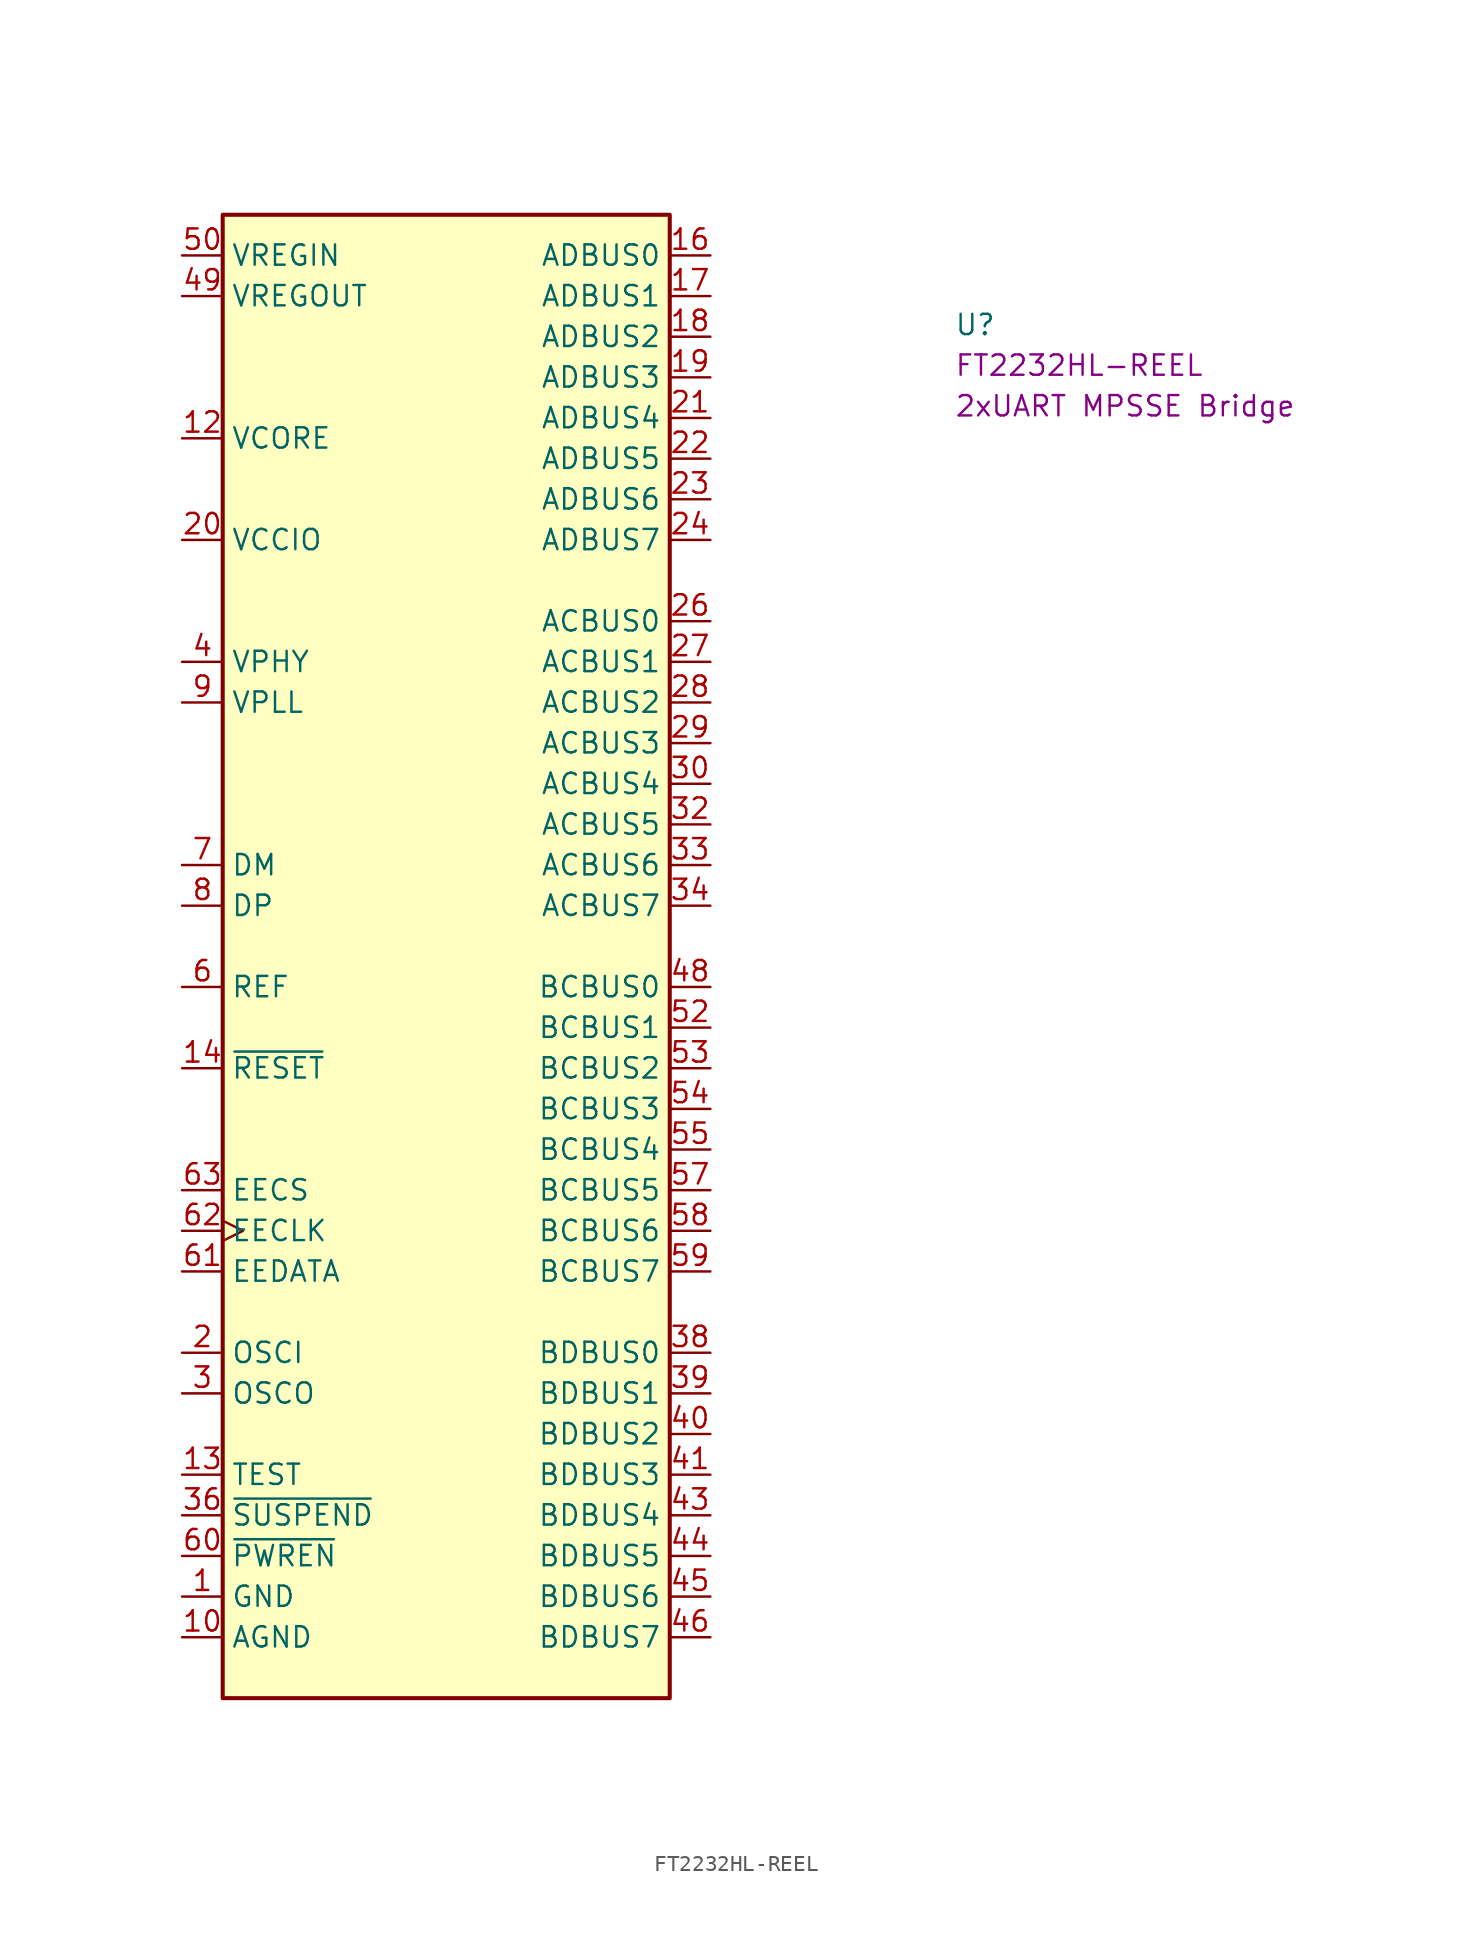
<source format=kicad_sym>
(kicad_symbol_lib
  (version 20220914)
  (generator kicad_symbol_editor)
  (symbol "FT2232HL-REEL"
    (property "Reference" "U"
      (at 48.26 -5.08 0)
      (effects (font (size 1.27 1.27) (thickness 0.15)) (justify left bottom)))
    (property "MPN" "FT2232HL-REEL"
      (at 48.26 -7.62 0)
      (effects (font (size 1.27 1.27) (thickness 0.15)) (justify left bottom)))
    (property "VSD_class" "2xUART MPSSE Bridge"
      (at 48.26 -10.16 0)
      (effects (font (size 1.27 1.27) (thickness 0.15)) (justify left bottom)))
    (symbol "FT2232HL-REEL_1_1"
      (rectangle (start 2.54 2.54) (end 30.48 -90.17) (stroke (width 0.254) (type default)) (fill (type background)))
      (pin power_in line (at 0 -83.82 0) (length 2.54) (name "GND" (effects (font (size 1.27 1.27)))) (number "1" (effects (font (size 1.27 1.27)))))
      (pin power_in line (at 0 -86.36 0) (length 2.54) (name "AGND" (effects (font (size 1.27 1.27)))) (number "10" (effects (font (size 1.27 1.27)))))
      (pin passive line (at 0 -83.82 0) (length 2.54) hide (name "GND" (effects (font (size 1.27 1.27)))) (number "11" (effects (font (size 1.27 1.27)))))
      (pin power_in line (at 0 -11.43 0) (length 2.54) (name "VCORE" (effects (font (size 1.27 1.27)))) (number "12" (effects (font (size 1.27 1.27)))))
      (pin input line (at 0 -76.2 0) (length 2.54) (name "TEST" (effects (font (size 1.27 1.27)))) (number "13" (effects (font (size 1.27 1.27)))))
      (pin input line (at 0 -50.8 0) (length 2.54) (name "~{RESET}" (effects (font (size 1.27 1.27)))) (number "14" (effects (font (size 1.27 1.27)))))
      (pin passive line (at 0 -83.82 0) (length 2.54) hide (name "GND" (effects (font (size 1.27 1.27)))) (number "15" (effects (font (size 1.27 1.27)))))
      (pin bidirectional line (at 33.02 0 180) (length 2.54) (name "ADBUS0" (effects (font (size 1.27 1.27)))) (number "16" (effects (font (size 1.27 1.27)))))
      (pin bidirectional line (at 33.02 -2.54 180) (length 2.54) (name "ADBUS1" (effects (font (size 1.27 1.27)))) (number "17" (effects (font (size 1.27 1.27)))))
      (pin bidirectional line (at 33.02 -5.08 180) (length 2.54) (name "ADBUS2" (effects (font (size 1.27 1.27)))) (number "18" (effects (font (size 1.27 1.27)))))
      (pin bidirectional line (at 33.02 -7.62 180) (length 2.54) (name "ADBUS3" (effects (font (size 1.27 1.27)))) (number "19" (effects (font (size 1.27 1.27)))))
      (pin input line (at 0 -68.58 0) (length 2.54) (name "OSCI" (effects (font (size 1.27 1.27)))) (number "2" (effects (font (size 1.27 1.27)))))
      (pin power_in line (at 0 -17.78 0) (length 2.54) (name "VCCIO" (effects (font (size 1.27 1.27)))) (number "20" (effects (font (size 1.27 1.27)))))
      (pin bidirectional line (at 33.02 -10.16 180) (length 2.54) (name "ADBUS4" (effects (font (size 1.27 1.27)))) (number "21" (effects (font (size 1.27 1.27)))))
      (pin bidirectional line (at 33.02 -12.7 180) (length 2.54) (name "ADBUS5" (effects (font (size 1.27 1.27)))) (number "22" (effects (font (size 1.27 1.27)))))
      (pin bidirectional line (at 33.02 -15.24 180) (length 2.54) (name "ADBUS6" (effects (font (size 1.27 1.27)))) (number "23" (effects (font (size 1.27 1.27)))))
      (pin bidirectional line (at 33.02 -17.78 180) (length 2.54) (name "ADBUS7" (effects (font (size 1.27 1.27)))) (number "24" (effects (font (size 1.27 1.27)))))
      (pin passive line (at 0 -83.82 0) (length 2.54) hide (name "GND" (effects (font (size 1.27 1.27)))) (number "25" (effects (font (size 1.27 1.27)))))
      (pin bidirectional line (at 33.02 -22.86 180) (length 2.54) (name "ACBUS0" (effects (font (size 1.27 1.27)))) (number "26" (effects (font (size 1.27 1.27)))))
      (pin bidirectional line (at 33.02 -25.4 180) (length 2.54) (name "ACBUS1" (effects (font (size 1.27 1.27)))) (number "27" (effects (font (size 1.27 1.27)))))
      (pin bidirectional line (at 33.02 -27.94 180) (length 2.54) (name "ACBUS2" (effects (font (size 1.27 1.27)))) (number "28" (effects (font (size 1.27 1.27)))))
      (pin bidirectional line (at 33.02 -30.48 180) (length 2.54) (name "ACBUS3" (effects (font (size 1.27 1.27)))) (number "29" (effects (font (size 1.27 1.27)))))
      (pin output line (at 0 -71.12 0) (length 2.54) (name "OSCO" (effects (font (size 1.27 1.27)))) (number "3" (effects (font (size 1.27 1.27)))))
      (pin bidirectional line (at 33.02 -33.02 180) (length 2.54) (name "ACBUS4" (effects (font (size 1.27 1.27)))) (number "30" (effects (font (size 1.27 1.27)))))
      (pin passive line (at 0 -17.78 0) (length 2.54) hide (name "VCCIO" (effects (font (size 1.27 1.27)))) (number "31" (effects (font (size 1.27 1.27)))))
      (pin bidirectional line (at 33.02 -35.56 180) (length 2.54) (name "ACBUS5" (effects (font (size 1.27 1.27)))) (number "32" (effects (font (size 1.27 1.27)))))
      (pin bidirectional line (at 33.02 -38.1 180) (length 2.54) (name "ACBUS6" (effects (font (size 1.27 1.27)))) (number "33" (effects (font (size 1.27 1.27)))))
      (pin bidirectional line (at 33.02 -40.64 180) (length 2.54) (name "ACBUS7" (effects (font (size 1.27 1.27)))) (number "34" (effects (font (size 1.27 1.27)))))
      (pin passive line (at 0 -83.82 0) (length 2.54) hide (name "GND" (effects (font (size 1.27 1.27)))) (number "35" (effects (font (size 1.27 1.27)))))
      (pin output line (at 0 -78.74 0) (length 2.54) (name "~{SUSPEND}" (effects (font (size 1.27 1.27)))) (number "36" (effects (font (size 1.27 1.27)))))
      (pin passive line (at 0 -11.43 0) (length 2.54) hide (name "VCORE" (effects (font (size 1.27 1.27)))) (number "37" (effects (font (size 1.27 1.27)))))
      (pin bidirectional line (at 33.02 -68.58 180) (length 2.54) (name "BDBUS0" (effects (font (size 1.27 1.27)))) (number "38" (effects (font (size 1.27 1.27)))))
      (pin bidirectional line (at 33.02 -71.12 180) (length 2.54) (name "BDBUS1" (effects (font (size 1.27 1.27)))) (number "39" (effects (font (size 1.27 1.27)))))
      (pin power_in line (at 0 -25.4 0) (length 2.54) (name "VPHY" (effects (font (size 1.27 1.27)))) (number "4" (effects (font (size 1.27 1.27)))))
      (pin bidirectional line (at 33.02 -73.66 180) (length 2.54) (name "BDBUS2" (effects (font (size 1.27 1.27)))) (number "40" (effects (font (size 1.27 1.27)))))
      (pin bidirectional line (at 33.02 -76.2 180) (length 2.54) (name "BDBUS3" (effects (font (size 1.27 1.27)))) (number "41" (effects (font (size 1.27 1.27)))))
      (pin passive line (at 0 -17.78 0) (length 2.54) hide (name "VCCIO" (effects (font (size 1.27 1.27)))) (number "42" (effects (font (size 1.27 1.27)))))
      (pin bidirectional line (at 33.02 -78.74 180) (length 2.54) (name "BDBUS4" (effects (font (size 1.27 1.27)))) (number "43" (effects (font (size 1.27 1.27)))))
      (pin bidirectional line (at 33.02 -81.28 180) (length 2.54) (name "BDBUS5" (effects (font (size 1.27 1.27)))) (number "44" (effects (font (size 1.27 1.27)))))
      (pin bidirectional line (at 33.02 -83.82 180) (length 2.54) (name "BDBUS6" (effects (font (size 1.27 1.27)))) (number "45" (effects (font (size 1.27 1.27)))))
      (pin bidirectional line (at 33.02 -86.36 180) (length 2.54) (name "BDBUS7" (effects (font (size 1.27 1.27)))) (number "46" (effects (font (size 1.27 1.27)))))
      (pin passive line (at 0 -83.82 0) (length 2.54) hide (name "GND" (effects (font (size 1.27 1.27)))) (number "47" (effects (font (size 1.27 1.27)))))
      (pin bidirectional line (at 33.02 -45.72 180) (length 2.54) (name "BCBUS0" (effects (font (size 1.27 1.27)))) (number "48" (effects (font (size 1.27 1.27)))))
      (pin power_in line (at 0 -2.54 0) (length 2.54) (name "VREGOUT" (effects (font (size 1.27 1.27)))) (number "49" (effects (font (size 1.27 1.27)))))
      (pin passive line (at 0 -83.82 0) (length 2.54) hide (name "GND" (effects (font (size 1.27 1.27)))) (number "5" (effects (font (size 1.27 1.27)))))
      (pin power_in line (at 0 0 0) (length 2.54) (name "VREGIN" (effects (font (size 1.27 1.27)))) (number "50" (effects (font (size 1.27 1.27)))))
      (pin passive line (at 0 -83.82 0) (length 2.54) hide (name "GND" (effects (font (size 1.27 1.27)))) (number "51" (effects (font (size 1.27 1.27)))))
      (pin bidirectional line (at 33.02 -48.26 180) (length 2.54) (name "BCBUS1" (effects (font (size 1.27 1.27)))) (number "52" (effects (font (size 1.27 1.27)))))
      (pin bidirectional line (at 33.02 -50.8 180) (length 2.54) (name "BCBUS2" (effects (font (size 1.27 1.27)))) (number "53" (effects (font (size 1.27 1.27)))))
      (pin bidirectional line (at 33.02 -53.34 180) (length 2.54) (name "BCBUS3" (effects (font (size 1.27 1.27)))) (number "54" (effects (font (size 1.27 1.27)))))
      (pin bidirectional line (at 33.02 -55.88 180) (length 2.54) (name "BCBUS4" (effects (font (size 1.27 1.27)))) (number "55" (effects (font (size 1.27 1.27)))))
      (pin passive line (at 0 -17.78 0) (length 2.54) hide (name "VCCIO" (effects (font (size 1.27 1.27)))) (number "56" (effects (font (size 1.27 1.27)))))
      (pin bidirectional line (at 33.02 -58.42 180) (length 2.54) (name "BCBUS5" (effects (font (size 1.27 1.27)))) (number "57" (effects (font (size 1.27 1.27)))))
      (pin bidirectional line (at 33.02 -60.96 180) (length 2.54) (name "BCBUS6" (effects (font (size 1.27 1.27)))) (number "58" (effects (font (size 1.27 1.27)))))
      (pin bidirectional line (at 33.02 -63.5 180) (length 2.54) (name "BCBUS7" (effects (font (size 1.27 1.27)))) (number "59" (effects (font (size 1.27 1.27)))))
      (pin input line (at 0 -45.72 0) (length 2.54) (name "REF" (effects (font (size 1.27 1.27)))) (number "6" (effects (font (size 1.27 1.27)))))
      (pin output line (at 0 -81.28 0) (length 2.54) (name "~{PWREN}" (effects (font (size 1.27 1.27)))) (number "60" (effects (font (size 1.27 1.27)))))
      (pin bidirectional line (at 0 -63.5 0) (length 2.54) (name "EEDATA" (effects (font (size 1.27 1.27)))) (number "61" (effects (font (size 1.27 1.27)))))
      (pin output clock (at 0 -60.96 0) (length 2.54) (name "EECLK" (effects (font (size 1.27 1.27)))) (number "62" (effects (font (size 1.27 1.27)))))
      (pin bidirectional line (at 0 -58.42 0) (length 2.54) (name "EECS" (effects (font (size 1.27 1.27)))) (number "63" (effects (font (size 1.27 1.27)))))
      (pin passive line (at 0 -11.43 0) (length 2.54) hide (name "VCORE" (effects (font (size 1.27 1.27)))) (number "64" (effects (font (size 1.27 1.27)))))
      (pin bidirectional line (at 0 -38.1 0) (length 2.54) (name "DM" (effects (font (size 1.27 1.27)))) (number "7" (effects (font (size 1.27 1.27)))))
      (pin bidirectional line (at 0 -40.64 0) (length 2.54) (name "DP" (effects (font (size 1.27 1.27)))) (number "8" (effects (font (size 1.27 1.27)))))
      (pin power_in line (at 0 -27.94 0) (length 2.54) (name "VPLL" (effects (font (size 1.27 1.27)))) (number "9" (effects (font (size 1.27 1.27))))))))
</source>
